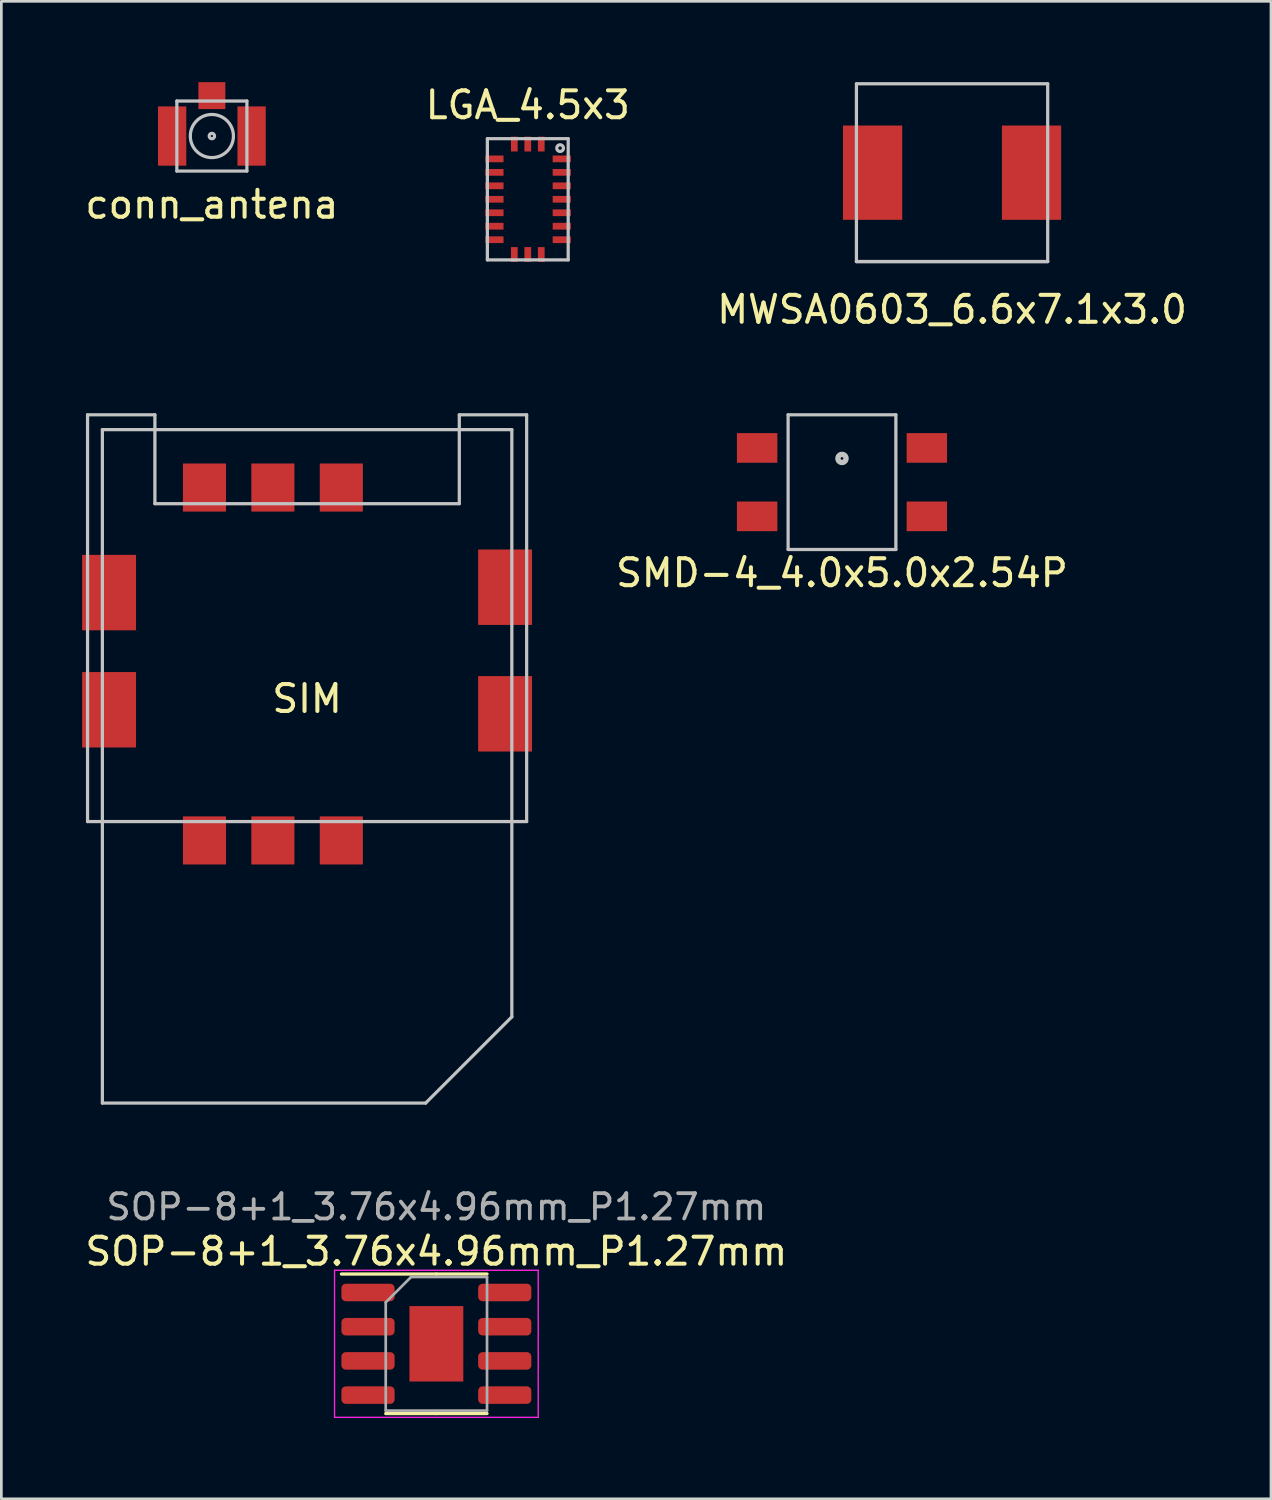
<source format=kicad_pcb>
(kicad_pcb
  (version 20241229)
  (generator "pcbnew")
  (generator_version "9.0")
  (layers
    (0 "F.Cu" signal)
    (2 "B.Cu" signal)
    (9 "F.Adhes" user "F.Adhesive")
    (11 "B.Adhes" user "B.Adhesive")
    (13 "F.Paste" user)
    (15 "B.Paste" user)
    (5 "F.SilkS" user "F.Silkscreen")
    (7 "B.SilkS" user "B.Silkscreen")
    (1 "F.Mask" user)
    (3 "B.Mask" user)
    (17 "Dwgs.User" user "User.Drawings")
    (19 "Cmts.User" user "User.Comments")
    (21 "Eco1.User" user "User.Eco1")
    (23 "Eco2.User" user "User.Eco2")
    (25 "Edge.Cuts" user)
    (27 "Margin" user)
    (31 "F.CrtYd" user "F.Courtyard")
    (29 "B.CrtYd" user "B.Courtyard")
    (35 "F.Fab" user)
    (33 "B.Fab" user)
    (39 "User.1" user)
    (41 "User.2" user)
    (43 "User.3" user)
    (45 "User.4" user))
  (footprint "SMD-4_4.0x5.0x2.54P"
    (layer "F.Cu")
    (at 28.206 13.968)
    (property "Reference" "SMD-4_4.0x5.0x2.54P" (at 0 4.25 0) (layer "F.SilkS") (effects (font (size 1 1) (thickness 0.15))))
    (attr smd)
    (fp_line (start -2 -1.62) (end 2 -1.62) (stroke (width 0.12) (type solid)) (layer "Dwgs.User"))
    (fp_line (start -2 3.38) (end -2 -1.62) (stroke (width 0.12) (type solid)) (layer "Dwgs.User"))
    (fp_line (start 2 -1.62) (end 2 3.38) (stroke (width 0.12) (type solid)) (layer "Dwgs.User"))
    (fp_line (start 2 3.38) (end -2 3.38) (stroke (width 0.12) (type solid)) (layer "Dwgs.User"))
    (fp_circle (center 0 0) (end 0.05 0) (stroke (width 0.2) (type solid)) (fill no) (layer "Dwgs.User"))
    (pad "1" smd rect (at -3.15 -0.39) (size 1.5 1.1) (layers "F.Cu" "F.Mask" "F.Paste"))
    (pad "2" smd rect (at -3.15 2.15) (size 1.5 1.1) (layers "F.Cu" "F.Mask" "F.Paste"))
    (pad "3" smd rect (at 3.15 2.15) (size 1.5 1.1) (layers "F.Cu" "F.Mask" "F.Paste"))
    (pad "4" smd rect (at 3.15 -0.39) (size 1.5 1.1) (layers "F.Cu" "F.Mask" "F.Paste")))
  (footprint "SIM"
    (layer "F.Cu")
    (at 8.35 20.348)
    (property "Reference" "SIM" (at 0 2.54 0) (layer "F.SilkS") (effects (font (size 1 1) (thickness 0.15))))
    (attr smd)
    (fp_line (start -8.15 -8) (end -8.15 7.1) (stroke (width 0.12) (type solid)) (layer "Dwgs.User"))
    (fp_line (start -8.15 7.1) (end 8.15 7.1) (stroke (width 0.12) (type solid)) (layer "Dwgs.User"))
    (fp_line (start -7.6 -7.45) (end -7.6 17.55) (stroke (width 0.12) (type solid)) (layer "Dwgs.User"))
    (fp_line (start -7.6 17.55) (end 4.4 17.55) (stroke (width 0.12) (type solid)) (layer "Dwgs.User"))
    (fp_line (start -5.65 -8) (end -8.15 -8) (stroke (width 0.12) (type solid)) (layer "Dwgs.User"))
    (fp_line (start -5.65 -8) (end -5.65 -4.7) (stroke (width 0.12) (type solid)) (layer "Dwgs.User"))
    (fp_line (start -5.65 -4.7) (end 5.65 -4.7) (stroke (width 0.12) (type solid)) (layer "Dwgs.User"))
    (fp_line (start 4.4 17.55) (end 7.6 14.35) (stroke (width 0.12) (type solid)) (layer "Dwgs.User"))
    (fp_line (start 5.65 -4.7) (end 5.65 -8) (stroke (width 0.12) (type solid)) (layer "Dwgs.User"))
    (fp_line (start 7.6 -7.45) (end -7.6 -7.45) (stroke (width 0.12) (type solid)) (layer "Dwgs.User"))
    (fp_line (start 7.6 -7.45) (end 7.6 14.35) (stroke (width 0.12) (type solid)) (layer "Dwgs.User"))
    (fp_line (start 8.15 -8) (end 5.65 -8) (stroke (width 0.12) (type solid)) (layer "Dwgs.User"))
    (fp_line (start 8.15 -8) (end 8.15 7.1) (stroke (width 0.12) (type solid)) (layer "Dwgs.User"))
    (pad "-1" smd rect (at -7.35 -1.4) (size 2 2.8) (layers "F.Cu" "F.Mask" "F.Paste"))
    (pad "-1" smd rect (at -7.35 2.95) (size 2 2.8) (layers "F.Cu" "F.Mask" "F.Paste"))
    (pad "-1" smd rect (at 7.35 -1.6) (size 2 2.8) (layers "F.Cu" "F.Mask" "F.Paste"))
    (pad "-1" smd rect (at 7.35 3.1) (size 2 2.8) (layers "F.Cu" "F.Mask" "F.Paste"))
    (pad "1" smd rect (at -3.81 -5.3) (size 1.6 1.785) (layers "F.Cu" "F.Mask" "F.Paste"))
    (pad "2" smd rect (at -1.27 -5.3) (size 1.6 1.785) (layers "F.Cu" "F.Mask" "F.Paste"))
    (pad "3" smd rect (at 1.27 -5.3) (size 1.6 1.785) (layers "F.Cu" "F.Mask" "F.Paste"))
    (pad "4" smd rect (at -3.81 7.8) (size 1.6 1.785) (layers "F.Cu" "F.Mask" "F.Paste"))
    (pad "5" smd rect (at -1.27 7.8) (size 1.6 1.785) (layers "F.Cu" "F.Mask" "F.Paste"))
    (pad "6" smd rect (at 1.27 7.8) (size 1.6 1.785) (layers "F.Cu" "F.Mask" "F.Paste")))
  (footprint "MWSA0603_6.6x7.1x3.0"
    (layer "F.Cu")
    (at 32.292 3.36)
    (property "Reference" "MWSA0603_6.6x7.1x3.0" (at 0 5.08 0) (layer "F.SilkS") (effects (font (size 1 1) (thickness 0.15))))
    (attr smd)
    (fp_line (start -3.55 -3.3) (end 3.55 -3.3) (stroke (width 0.12) (type solid)) (layer "Dwgs.User"))
    (fp_line (start -3.55 3.3) (end -3.55 -3.3) (stroke (width 0.12) (type solid)) (layer "Dwgs.User"))
    (fp_line (start 3.55 -3.3) (end 3.55 3.3) (stroke (width 0.12) (type solid)) (layer "Dwgs.User"))
    (fp_line (start 3.55 3.3) (end -3.55 3.3) (stroke (width 0.12) (type solid)) (layer "Dwgs.User"))
    (fp_line (start 3.55 3.3) (end -3.55 3.3) (stroke (width 0.12) (type solid)) (layer "Dwgs.User"))
    (pad "1" smd rect (at -2.95 0) (size 2.2 3.5) (layers "F.Cu" "F.Mask" "F.Paste"))
    (pad "2" smd rect (at 2.95 0) (size 2.2 3.5) (layers "F.Cu" "F.Mask" "F.Paste")))
  (footprint "conn_antena"
    (layer "F.Cu")
    (at 4.815 2)
    (property "Reference" "conn_antena" (at 0 2.54 0) (layer "F.SilkS") (effects (font (size 1 1) (thickness 0.15))))
    (attr smd)
    (fp_line (start -1.3 -1.3) (end -1.3 1.3) (stroke (width 0.12) (type solid)) (layer "Dwgs.User"))
    (fp_line (start -1.3 1.3) (end 1.3 1.3) (stroke (width 0.12) (type solid)) (layer "Dwgs.User"))
    (fp_line (start 1.3 -1.3) (end -1.3 -1.3) (stroke (width 0.12) (type solid)) (layer "Dwgs.User"))
    (fp_line (start 1.3 1.3) (end 1.3 -1.3) (stroke (width 0.12) (type solid)) (layer "Dwgs.User"))
    (fp_circle (center 0 0) (end 0.1 0) (stroke (width 0.12) (type solid)) (fill no) (layer "Dwgs.User"))
    (fp_circle (center 0 0) (end 0.8 0) (stroke (width 0.12) (type solid)) (fill no) (layer "Dwgs.User"))
    (pad "1" smd rect (at 0 -1.5) (size 1 1) (layers "F.Cu" "F.Mask" "F.Paste"))
    (pad "2" smd rect (at -1.475 0) (size 1.05 2.2) (layers "F.Cu" "F.Mask" "F.Paste"))
    (pad "2" smd rect (at 1.475 0) (size 1.05 2.2) (layers "F.Cu" "F.Mask" "F.Paste")))
  (footprint "LGA_4.5x3"
    (layer "F.Cu")
    (at 16.542 4.348)
    (property "Reference" "LGA_4.5x3" (at 0 -3.5 0) (layer "F.SilkS") (effects (font (size 1 1) (thickness 0.15))))
    (attr smd)
    (fp_line (start -1.5 -2.25) (end -1.5 2.25) (stroke (width 0.12) (type solid)) (layer "Dwgs.User"))
    (fp_line (start -1.5 2.25) (end 1.5 2.25) (stroke (width 0.12) (type solid)) (layer "Dwgs.User"))
    (fp_line (start 1.5 -2.25) (end -1.5 -2.25) (stroke (width 0.12) (type solid)) (layer "Dwgs.User"))
    (fp_line (start 1.5 2.25) (end 1.5 -2.25) (stroke (width 0.12) (type solid)) (layer "Dwgs.User"))
    (fp_circle (center 1.2 -1.9) (end 1.325 -1.9) (stroke (width 0.12) (type solid)) (fill no) (layer "Dwgs.User"))
    (pad "1" smd rect (at 1.262 -1.5) (size 0.675 0.25) (layers "F.Cu" "F.Mask" "F.Paste"))
    (pad "2" smd rect (at 1.262 -1) (size 0.675 0.25) (layers "F.Cu" "F.Mask" "F.Paste"))
    (pad "3" smd rect (at 1.262 -0.5) (size 0.675 0.25) (layers "F.Cu" "F.Mask" "F.Paste"))
    (pad "4" smd rect (at 1.262 0) (size 0.675 0.25) (layers "F.Cu" "F.Mask" "F.Paste"))
    (pad "5" smd rect (at 1.262 0.5) (size 0.675 0.25) (layers "F.Cu" "F.Mask" "F.Paste"))
    (pad "6" smd rect (at 1.262 1) (size 0.675 0.25) (layers "F.Cu" "F.Mask" "F.Paste"))
    (pad "7" smd rect (at 1.262 1.5) (size 0.675 0.25) (layers "F.Cu" "F.Mask" "F.Paste"))
    (pad "8" smd rect (at 0.5 2.05 90) (size 0.55 0.25) (layers "F.Cu" "F.Mask" "F.Paste"))
    (pad "9" smd rect (at 0 2.05 90) (size 0.55 0.25) (layers "F.Cu" "F.Mask" "F.Paste"))
    (pad "10" smd rect (at -0.5 2.05 90) (size 0.55 0.25) (layers "F.Cu" "F.Mask" "F.Paste"))
    (pad "11" smd rect (at -1.238 1.5) (size 0.675 0.25) (layers "F.Cu" "F.Mask" "F.Paste"))
    (pad "12" smd rect (at -1.238 1) (size 0.675 0.25) (layers "F.Cu" "F.Mask" "F.Paste"))
    (pad "13" smd rect (at -1.238 0.5) (size 0.675 0.25) (layers "F.Cu" "F.Mask" "F.Paste"))
    (pad "14" smd rect (at -1.238 0) (size 0.675 0.25) (layers "F.Cu" "F.Mask" "F.Paste"))
    (pad "15" smd rect (at -1.238 -0.5) (size 0.675 0.25) (layers "F.Cu" "F.Mask" "F.Paste"))
    (pad "16" smd rect (at -1.238 -1) (size 0.675 0.25) (layers "F.Cu" "F.Mask" "F.Paste"))
    (pad "17" smd rect (at -1.238 -1.5) (size 0.675 0.25) (layers "F.Cu" "F.Mask" "F.Paste"))
    (pad "18" smd rect (at -0.5 -2.05 90) (size 0.55 0.25) (layers "F.Cu" "F.Mask" "F.Paste"))
    (pad "19" smd rect (at 0 -2.05 90) (size 0.55 0.25) (layers "F.Cu" "F.Mask" "F.Paste"))
    (pad "20" smd rect (at 0.5 -2.05 90) (size 0.55 0.25) (layers "F.Cu" "F.Mask" "F.Paste")))
  (footprint "SOP-8+1_3.76x4.96mm_P1.27mm"
    (layer "F.Cu")
    (at 13.149 46.834)
    (property "Reference" "SOP-8+1_3.76x4.96mm_P1.27mm" (at 0 -3.43 0) (layer "F.SilkS") (effects (font (size 1 1) (thickness 0.15))))
    (attr smd)
    (fp_line (start 0 -2.59) (end -3.525 -2.59) (stroke (width 0.12) (type solid)) (layer "F.SilkS"))
    (fp_line (start 0 -2.59) (end 1.88 -2.59) (stroke (width 0.12) (type solid)) (layer "F.SilkS"))
    (fp_line (start 0 2.59) (end -1.88 2.59) (stroke (width 0.12) (type solid)) (layer "F.SilkS"))
    (fp_line (start 0 2.59) (end 1.88 2.59) (stroke (width 0.12) (type solid)) (layer "F.SilkS"))
    (fp_line (start -3.78 -2.73) (end -3.78 2.73) (stroke (width 0.05) (type solid)) (layer "F.CrtYd"))
    (fp_line (start -3.78 2.73) (end 3.78 2.73) (stroke (width 0.05) (type solid)) (layer "F.CrtYd"))
    (fp_line (start 3.78 -2.73) (end -3.78 -2.73) (stroke (width 0.05) (type solid)) (layer "F.CrtYd"))
    (fp_line (start 3.78 2.73) (end 3.78 -2.73) (stroke (width 0.05) (type solid)) (layer "F.CrtYd"))
    (fp_line (start -1.88 -1.54) (end -0.94 -2.48) (stroke (width 0.1) (type solid)) (layer "F.Fab"))
    (fp_line (start -1.88 2.48) (end -1.88 -1.54) (stroke (width 0.1) (type solid)) (layer "F.Fab"))
    (fp_line (start -0.94 -2.48) (end 1.88 -2.48) (stroke (width 0.1) (type solid)) (layer "F.Fab"))
    (fp_line (start 1.88 -2.48) (end 1.88 2.48) (stroke (width 0.1) (type solid)) (layer "F.Fab"))
    (fp_line (start 1.88 2.48) (end -1.88 2.48) (stroke (width 0.1) (type solid)) (layer "F.Fab"))
    (fp_text user "${REFERENCE}" (at 0 -5.08 0) (layer "F.Fab") (effects (font (size 0.94 0.94) (thickness 0.14))))
    (pad "1" smd roundrect (at -2.538 -1.905) (size 1.975 0.65) (layers "F.Cu" "F.Mask" "F.Paste") (roundrect_rratio 0.25))
    (pad "2" smd roundrect (at -2.538 -0.635) (size 1.975 0.65) (layers "F.Cu" "F.Mask" "F.Paste") (roundrect_rratio 0.25))
    (pad "3" smd roundrect (at -2.538 0.635) (size 1.975 0.65) (layers "F.Cu" "F.Mask" "F.Paste") (roundrect_rratio 0.25))
    (pad "4" smd roundrect (at -2.538 1.905) (size 1.975 0.65) (layers "F.Cu" "F.Mask" "F.Paste") (roundrect_rratio 0.25))
    (pad "5" smd roundrect (at 2.538 1.905) (size 1.975 0.65) (layers "F.Cu" "F.Mask" "F.Paste") (roundrect_rratio 0.25))
    (pad "6" smd roundrect (at 2.538 0.635) (size 1.975 0.65) (layers "F.Cu" "F.Mask" "F.Paste") (roundrect_rratio 0.25))
    (pad "7" smd roundrect (at 2.538 -0.635) (size 1.975 0.65) (layers "F.Cu" "F.Mask" "F.Paste") (roundrect_rratio 0.25))
    (pad "8" smd roundrect (at 2.538 -1.905) (size 1.975 0.65) (layers "F.Cu" "F.Mask" "F.Paste") (roundrect_rratio 0.25))
    (pad "9" smd rect (at 0 0 90) (size 2.8 2) (layers "F.Cu" "F.Mask" "F.Paste")))
  (gr_rect
    (start -3 -3)
    (end 44.131 52.589)
    (stroke (width 0.1) (type default))
    (fill no)
    (layer "Edge.Cuts")))
</source>
